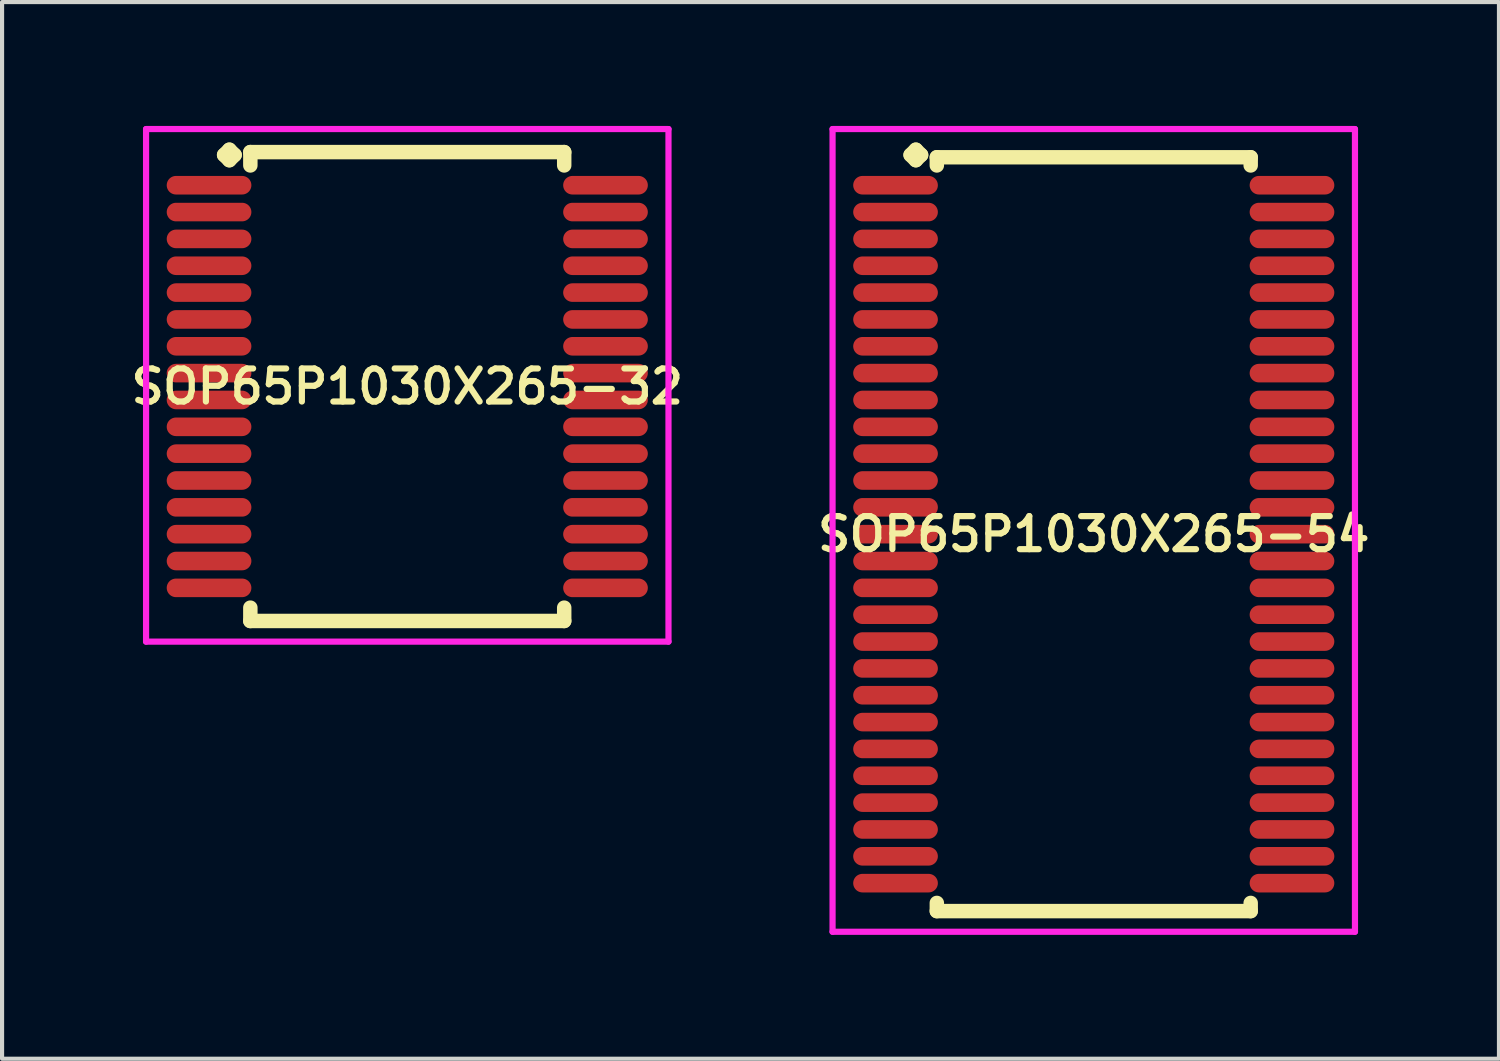
<source format=kicad_pcb>
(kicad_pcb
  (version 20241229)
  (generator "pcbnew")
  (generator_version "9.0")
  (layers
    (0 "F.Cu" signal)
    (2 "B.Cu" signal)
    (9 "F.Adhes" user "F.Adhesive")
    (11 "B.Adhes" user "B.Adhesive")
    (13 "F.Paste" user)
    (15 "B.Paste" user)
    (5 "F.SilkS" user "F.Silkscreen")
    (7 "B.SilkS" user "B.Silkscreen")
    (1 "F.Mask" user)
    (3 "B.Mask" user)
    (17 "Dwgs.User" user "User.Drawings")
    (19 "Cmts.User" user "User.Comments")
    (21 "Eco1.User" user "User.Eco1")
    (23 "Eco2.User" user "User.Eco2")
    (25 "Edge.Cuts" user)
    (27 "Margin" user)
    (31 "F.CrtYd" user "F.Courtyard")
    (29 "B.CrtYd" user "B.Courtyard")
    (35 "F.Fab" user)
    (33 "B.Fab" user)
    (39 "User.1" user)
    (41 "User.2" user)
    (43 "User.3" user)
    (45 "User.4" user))
  (footprint "SOP65P1030X265-32"
    (layer "F.Cu")
    (at 6.812 6.31)
    (property "Reference" "SOP65P1030X265-32" (at 0 0 0) (layer "F.SilkS") (effects (font (size 0.8 0.8) (thickness 0.15))))
    (attr smd)
    (fp_line (start -4.435 -5.608) (end -4.308 -5.735) (stroke (width 0.35) (type solid)) (layer "F.SilkS"))
    (fp_line (start -4.308 -5.735) (end -4.181 -5.608) (stroke (width 0.35) (type solid)) (layer "F.SilkS"))
    (fp_line (start -4.308 -5.481) (end -4.435 -5.608) (stroke (width 0.35) (type solid)) (layer "F.SilkS"))
    (fp_line (start -4.181 -5.608) (end -4.308 -5.481) (stroke (width 0.35) (type solid)) (layer "F.SilkS"))
    (fp_line (start -3.8 -5.677) (end 3.8 -5.677) (stroke (width 0.35) (type solid)) (layer "F.SilkS"))
    (fp_line (start -3.8 -5.354) (end -3.8 -5.677) (stroke (width 0.35) (type solid)) (layer "F.SilkS"))
    (fp_line (start -3.8 5.354) (end -3.8 5.677) (stroke (width 0.35) (type solid)) (layer "F.SilkS"))
    (fp_line (start -3.8 5.677) (end 3.8 5.677) (stroke (width 0.35) (type solid)) (layer "F.SilkS"))
    (fp_line (start 3.8 -5.677) (end 3.8 -5.354) (stroke (width 0.35) (type solid)) (layer "F.SilkS"))
    (fp_line (start 3.8 5.677) (end 3.8 5.354) (stroke (width 0.35) (type solid)) (layer "F.SilkS"))
    (fp_line (start -6.325 -6.235) (end 6.325 -6.235) (stroke (width 0.15) (type solid)) (layer "F.CrtYd"))
    (fp_line (start -6.325 6.177) (end -6.325 -6.235) (stroke (width 0.15) (type solid)) (layer "F.CrtYd"))
    (fp_line (start 6.325 -6.235) (end 6.325 6.177) (stroke (width 0.15) (type solid)) (layer "F.CrtYd"))
    (fp_line (start 6.325 6.177) (end -6.325 6.177) (stroke (width 0.15) (type solid)) (layer "F.CrtYd"))
    (pad "1" smd oval (at -4.8 -4.875) (size 2.05 0.45) (layers "F.Cu" "F.Mask" "F.Paste"))
    (pad "2" smd oval (at -4.8 -4.225) (size 2.05 0.45) (layers "F.Cu" "F.Mask" "F.Paste"))
    (pad "3" smd oval (at -4.8 -3.575) (size 2.05 0.45) (layers "F.Cu" "F.Mask" "F.Paste"))
    (pad "4" smd oval (at -4.8 -2.925) (size 2.05 0.45) (layers "F.Cu" "F.Mask" "F.Paste"))
    (pad "5" smd oval (at -4.8 -2.275) (size 2.05 0.45) (layers "F.Cu" "F.Mask" "F.Paste"))
    (pad "6" smd oval (at -4.8 -1.625) (size 2.05 0.45) (layers "F.Cu" "F.Mask" "F.Paste"))
    (pad "7" smd oval (at -4.8 -0.975) (size 2.05 0.45) (layers "F.Cu" "F.Mask" "F.Paste"))
    (pad "8" smd oval (at -4.8 -0.325) (size 2.05 0.45) (layers "F.Cu" "F.Mask" "F.Paste"))
    (pad "9" smd oval (at -4.8 0.325) (size 2.05 0.45) (layers "F.Cu" "F.Mask" "F.Paste"))
    (pad "10" smd oval (at -4.8 0.975) (size 2.05 0.45) (layers "F.Cu" "F.Mask" "F.Paste"))
    (pad "11" smd oval (at -4.8 1.625) (size 2.05 0.45) (layers "F.Cu" "F.Mask" "F.Paste"))
    (pad "12" smd oval (at -4.8 2.275) (size 2.05 0.45) (layers "F.Cu" "F.Mask" "F.Paste"))
    (pad "13" smd oval (at -4.8 2.925) (size 2.05 0.45) (layers "F.Cu" "F.Mask" "F.Paste"))
    (pad "14" smd oval (at -4.8 3.575) (size 2.05 0.45) (layers "F.Cu" "F.Mask" "F.Paste"))
    (pad "15" smd oval (at -4.8 4.225) (size 2.05 0.45) (layers "F.Cu" "F.Mask" "F.Paste"))
    (pad "16" smd oval (at -4.8 4.875) (size 2.05 0.45) (layers "F.Cu" "F.Mask" "F.Paste"))
    (pad "17" smd oval (at 4.8 4.875) (size 2.05 0.45) (layers "F.Cu" "F.Mask" "F.Paste"))
    (pad "18" smd oval (at 4.8 4.225) (size 2.05 0.45) (layers "F.Cu" "F.Mask" "F.Paste"))
    (pad "19" smd oval (at 4.8 3.575) (size 2.05 0.45) (layers "F.Cu" "F.Mask" "F.Paste"))
    (pad "20" smd oval (at 4.8 2.925) (size 2.05 0.45) (layers "F.Cu" "F.Mask" "F.Paste"))
    (pad "21" smd oval (at 4.8 2.275) (size 2.05 0.45) (layers "F.Cu" "F.Mask" "F.Paste"))
    (pad "22" smd oval (at 4.8 1.625) (size 2.05 0.45) (layers "F.Cu" "F.Mask" "F.Paste"))
    (pad "23" smd oval (at 4.8 0.975) (size 2.05 0.45) (layers "F.Cu" "F.Mask" "F.Paste"))
    (pad "24" smd oval (at 4.8 0.325) (size 2.05 0.45) (layers "F.Cu" "F.Mask" "F.Paste"))
    (pad "25" smd oval (at 4.8 -0.325) (size 2.05 0.45) (layers "F.Cu" "F.Mask" "F.Paste"))
    (pad "26" smd oval (at 4.8 -0.975) (size 2.05 0.45) (layers "F.Cu" "F.Mask" "F.Paste"))
    (pad "27" smd oval (at 4.8 -1.625) (size 2.05 0.45) (layers "F.Cu" "F.Mask" "F.Paste"))
    (pad "28" smd oval (at 4.8 -2.275) (size 2.05 0.45) (layers "F.Cu" "F.Mask" "F.Paste"))
    (pad "29" smd oval (at 4.8 -2.925) (size 2.05 0.45) (layers "F.Cu" "F.Mask" "F.Paste"))
    (pad "30" smd oval (at 4.8 -3.575) (size 2.05 0.45) (layers "F.Cu" "F.Mask" "F.Paste"))
    (pad "31" smd oval (at 4.8 -4.225) (size 2.05 0.45) (layers "F.Cu" "F.Mask" "F.Paste"))
    (pad "32" smd oval (at 4.8 -4.875) (size 2.05 0.45) (layers "F.Cu" "F.Mask" "F.Paste")))
  (footprint "SOP65P1030X265-54"
    (layer "F.Cu")
    (at 23.435 9.885)
    (property "Reference" "SOP65P1030X265-54" (at 0 0 0) (layer "F.SilkS") (effects (font (size 0.8 0.8) (thickness 0.15))))
    (attr through_hole)
    (fp_line (start -4.435 -9.183) (end -4.308 -9.31) (stroke (width 0.35) (type solid)) (layer "F.SilkS"))
    (fp_line (start -4.308 -9.31) (end -4.181 -9.183) (stroke (width 0.35) (type solid)) (layer "F.SilkS"))
    (fp_line (start -4.308 -9.056) (end -4.435 -9.183) (stroke (width 0.35) (type solid)) (layer "F.SilkS"))
    (fp_line (start -4.181 -9.183) (end -4.308 -9.056) (stroke (width 0.35) (type solid)) (layer "F.SilkS"))
    (fp_line (start -3.8 -9.127) (end 3.8 -9.127) (stroke (width 0.35) (type solid)) (layer "F.SilkS"))
    (fp_line (start -3.8 -8.929) (end -3.8 -9.127) (stroke (width 0.35) (type solid)) (layer "F.SilkS"))
    (fp_line (start -3.8 8.929) (end -3.8 9.127) (stroke (width 0.35) (type solid)) (layer "F.SilkS"))
    (fp_line (start -3.8 9.127) (end 3.8 9.127) (stroke (width 0.35) (type solid)) (layer "F.SilkS"))
    (fp_line (start 3.8 -9.127) (end 3.8 -8.929) (stroke (width 0.35) (type solid)) (layer "F.SilkS"))
    (fp_line (start 3.8 9.127) (end 3.8 8.929) (stroke (width 0.35) (type solid)) (layer "F.SilkS"))
    (fp_line (start -6.325 -9.81) (end 6.325 -9.81) (stroke (width 0.15) (type solid)) (layer "F.CrtYd"))
    (fp_line (start -6.325 9.627) (end -6.325 -9.81) (stroke (width 0.15) (type solid)) (layer "F.CrtYd"))
    (fp_line (start 6.325 -9.81) (end 6.325 9.627) (stroke (width 0.15) (type solid)) (layer "F.CrtYd"))
    (fp_line (start 6.325 9.627) (end -6.325 9.627) (stroke (width 0.15) (type solid)) (layer "F.CrtYd"))
    (pad "1" smd oval (at -4.8 -8.45) (size 2.05 0.45) (layers "F.Cu" "F.Mask" "F.Paste"))
    (pad "2" smd oval (at -4.8 -7.8) (size 2.05 0.45) (layers "F.Cu" "F.Mask" "F.Paste"))
    (pad "3" smd oval (at -4.8 -7.15) (size 2.05 0.45) (layers "F.Cu" "F.Mask" "F.Paste"))
    (pad "4" smd oval (at -4.8 -6.5) (size 2.05 0.45) (layers "F.Cu" "F.Mask" "F.Paste"))
    (pad "5" smd oval (at -4.8 -5.85) (size 2.05 0.45) (layers "F.Cu" "F.Mask" "F.Paste"))
    (pad "6" smd oval (at -4.8 -5.2) (size 2.05 0.45) (layers "F.Cu" "F.Mask" "F.Paste"))
    (pad "7" smd oval (at -4.8 -4.55) (size 2.05 0.45) (layers "F.Cu" "F.Mask" "F.Paste"))
    (pad "8" smd oval (at -4.8 -3.9) (size 2.05 0.45) (layers "F.Cu" "F.Mask" "F.Paste"))
    (pad "9" smd oval (at -4.8 -3.25) (size 2.05 0.45) (layers "F.Cu" "F.Mask" "F.Paste"))
    (pad "10" smd oval (at -4.8 -2.6) (size 2.05 0.45) (layers "F.Cu" "F.Mask" "F.Paste"))
    (pad "11" smd oval (at -4.8 -1.95) (size 2.05 0.45) (layers "F.Cu" "F.Mask" "F.Paste"))
    (pad "12" smd oval (at -4.8 -1.3) (size 2.05 0.45) (layers "F.Cu" "F.Mask" "F.Paste"))
    (pad "13" smd oval (at -4.8 -0.65) (size 2.05 0.45) (layers "F.Cu" "F.Mask" "F.Paste"))
    (pad "14" smd oval (at -4.8 0) (size 2.05 0.45) (layers "F.Cu" "F.Mask" "F.Paste"))
    (pad "15" smd oval (at -4.8 0.65) (size 2.05 0.45) (layers "F.Cu" "F.Mask" "F.Paste"))
    (pad "16" smd oval (at -4.8 1.3) (size 2.05 0.45) (layers "F.Cu" "F.Mask" "F.Paste"))
    (pad "17" smd oval (at -4.8 1.95) (size 2.05 0.45) (layers "F.Cu" "F.Mask" "F.Paste"))
    (pad "18" smd oval (at -4.8 2.6) (size 2.05 0.45) (layers "F.Cu" "F.Mask" "F.Paste"))
    (pad "19" smd oval (at -4.8 3.25) (size 2.05 0.45) (layers "F.Cu" "F.Mask" "F.Paste"))
    (pad "20" smd oval (at -4.8 3.9) (size 2.05 0.45) (layers "F.Cu" "F.Mask" "F.Paste"))
    (pad "21" smd oval (at -4.8 4.55) (size 2.05 0.45) (layers "F.Cu" "F.Mask" "F.Paste"))
    (pad "22" smd oval (at -4.8 5.2) (size 2.05 0.45) (layers "F.Cu" "F.Mask" "F.Paste"))
    (pad "23" smd oval (at -4.8 5.85) (size 2.05 0.45) (layers "F.Cu" "F.Mask" "F.Paste"))
    (pad "24" smd oval (at -4.8 6.5) (size 2.05 0.45) (layers "F.Cu" "F.Mask" "F.Paste"))
    (pad "25" smd oval (at -4.8 7.15) (size 2.05 0.45) (layers "F.Cu" "F.Mask" "F.Paste"))
    (pad "26" smd oval (at -4.8 7.8) (size 2.05 0.45) (layers "F.Cu" "F.Mask" "F.Paste"))
    (pad "27" smd oval (at -4.8 8.45) (size 2.05 0.45) (layers "F.Cu" "F.Mask" "F.Paste"))
    (pad "28" smd oval (at 4.8 8.45) (size 2.05 0.45) (layers "F.Cu" "F.Mask" "F.Paste"))
    (pad "29" smd oval (at 4.8 7.8) (size 2.05 0.45) (layers "F.Cu" "F.Mask" "F.Paste"))
    (pad "30" smd oval (at 4.8 7.15) (size 2.05 0.45) (layers "F.Cu" "F.Mask" "F.Paste"))
    (pad "31" smd oval (at 4.8 6.5) (size 2.05 0.45) (layers "F.Cu" "F.Mask" "F.Paste"))
    (pad "32" smd oval (at 4.8 5.85) (size 2.05 0.45) (layers "F.Cu" "F.Mask" "F.Paste"))
    (pad "33" smd oval (at 4.8 5.2) (size 2.05 0.45) (layers "F.Cu" "F.Mask" "F.Paste"))
    (pad "34" smd oval (at 4.8 4.55) (size 2.05 0.45) (layers "F.Cu" "F.Mask" "F.Paste"))
    (pad "35" smd oval (at 4.8 3.9) (size 2.05 0.45) (layers "F.Cu" "F.Mask" "F.Paste"))
    (pad "36" smd oval (at 4.8 3.25) (size 2.05 0.45) (layers "F.Cu" "F.Mask" "F.Paste"))
    (pad "37" smd oval (at 4.8 2.6) (size 2.05 0.45) (layers "F.Cu" "F.Mask" "F.Paste"))
    (pad "38" smd oval (at 4.8 1.95) (size 2.05 0.45) (layers "F.Cu" "F.Mask" "F.Paste"))
    (pad "39" smd oval (at 4.8 1.3) (size 2.05 0.45) (layers "F.Cu" "F.Mask" "F.Paste"))
    (pad "40" smd oval (at 4.8 0.65) (size 2.05 0.45) (layers "F.Cu" "F.Mask" "F.Paste"))
    (pad "41" smd oval (at 4.8 0) (size 2.05 0.45) (layers "F.Cu" "F.Mask" "F.Paste"))
    (pad "42" smd oval (at 4.8 -0.65) (size 2.05 0.45) (layers "F.Cu" "F.Mask" "F.Paste"))
    (pad "43" smd oval (at 4.8 -1.3) (size 2.05 0.45) (layers "F.Cu" "F.Mask" "F.Paste"))
    (pad "44" smd oval (at 4.8 -1.95) (size 2.05 0.45) (layers "F.Cu" "F.Mask" "F.Paste"))
    (pad "45" smd oval (at 4.8 -2.6) (size 2.05 0.45) (layers "F.Cu" "F.Mask" "F.Paste"))
    (pad "46" smd oval (at 4.8 -3.25) (size 2.05 0.45) (layers "F.Cu" "F.Mask" "F.Paste"))
    (pad "47" smd oval (at 4.8 -3.9) (size 2.05 0.45) (layers "F.Cu" "F.Mask" "F.Paste"))
    (pad "48" smd oval (at 4.8 -4.55) (size 2.05 0.45) (layers "F.Cu" "F.Mask" "F.Paste"))
    (pad "49" smd oval (at 4.8 -5.2) (size 2.05 0.45) (layers "F.Cu" "F.Mask" "F.Paste"))
    (pad "50" smd oval (at 4.8 -5.85) (size 2.05 0.45) (layers "F.Cu" "F.Mask" "F.Paste"))
    (pad "51" smd oval (at 4.8 -6.5) (size 2.05 0.45) (layers "F.Cu" "F.Mask" "F.Paste"))
    (pad "52" smd oval (at 4.8 -7.15) (size 2.05 0.45) (layers "F.Cu" "F.Mask" "F.Paste"))
    (pad "53" smd oval (at 4.8 -7.8) (size 2.05 0.45) (layers "F.Cu" "F.Mask" "F.Paste"))
    (pad "54" smd oval (at 4.8 -8.45) (size 2.05 0.45) (layers "F.Cu" "F.Mask" "F.Paste")))
  (gr_rect
    (start -3 -3)
    (end 33.247 22.587)
    (stroke (width 0.1) (type default))
    (fill no)
    (layer "Edge.Cuts")))
</source>
